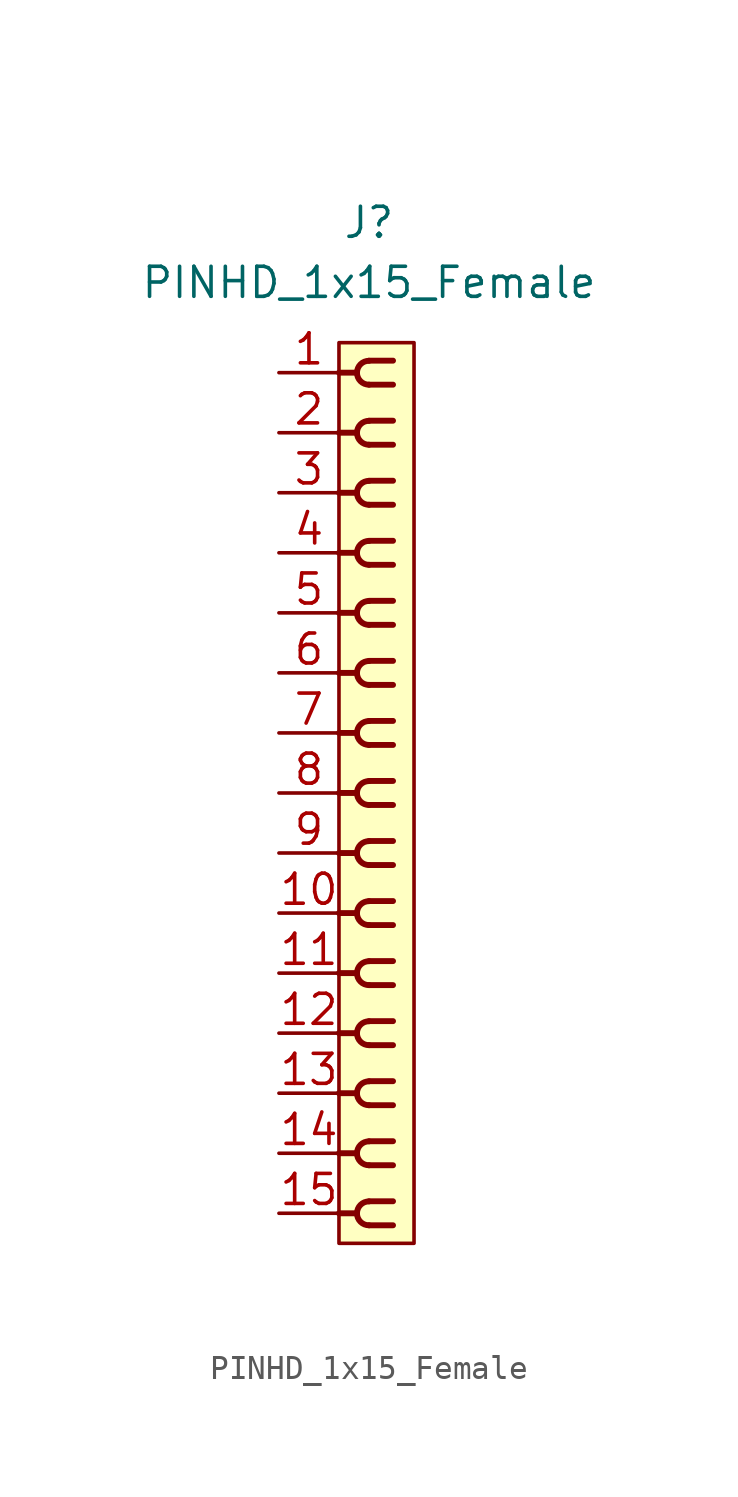
<source format=kicad_sym>
(kicad_symbol_lib
  (version 20220914)
  (generator kicad_symbol_editor)
  (symbol "PINHD_1x15_Female"
    (property "Reference" "J"
      (at 0 24.13 0)
      (effects (font (size 1.27 1.27))))
    (property "Value" "PINHD_1x15_Female"
      (at 0 21.59 0)
      (effects (font (size 1.27 1.27))))
    (symbol "PINHD_1x15_Female_0_1"
      (rectangle (start -1.27 19.05) (end 1.905 -19.05) (stroke (width 0) (type default)) (fill (type background)))
      (arc (start -0.508 -17.78) (mid -0.3592 -18.1392) (end 0 -18.288) (stroke (width 0.25) (type default)) (fill (type none)))
      (arc (start -0.508 -15.24) (mid -0.3592 -15.5992) (end 0 -15.748) (stroke (width 0.25) (type default)) (fill (type none)))
      (arc (start -0.508 -12.7) (mid -0.3592 -13.0592) (end 0 -13.208) (stroke (width 0.25) (type default)) (fill (type none)))
      (arc (start -0.508 -10.16) (mid -0.3592 -10.5192) (end 0 -10.668) (stroke (width 0.25) (type default)) (fill (type none)))
      (arc (start -0.508 -7.62) (mid -0.3592 -7.9792) (end 0 -8.128) (stroke (width 0.25) (type default)) (fill (type none)))
      (arc (start -0.508 -5.08) (mid -0.3592 -5.4392) (end 0 -5.588) (stroke (width 0.25) (type default)) (fill (type none)))
      (arc (start -0.508 -2.54) (mid -0.3592 -2.8992) (end 0 -3.048) (stroke (width 0.25) (type default)) (fill (type none)))
      (arc (start -0.508 0) (mid -0.3592 -0.3592) (end 0 -0.508) (stroke (width 0.25) (type default)) (fill (type none)))
      (arc (start -0.508 2.54) (mid -0.3592 2.1808) (end 0 2.032) (stroke (width 0.25) (type default)) (fill (type none)))
      (arc (start -0.508 5.08) (mid -0.3592 4.7208) (end 0 4.572) (stroke (width 0.25) (type default)) (fill (type none)))
      (arc (start -0.508 7.62) (mid -0.3592 7.2608) (end 0 7.112) (stroke (width 0.25) (type default)) (fill (type none)))
      (arc (start -0.508 10.16) (mid -0.3592 9.8008) (end 0 9.652) (stroke (width 0.25) (type default)) (fill (type none)))
      (arc (start -0.508 12.7) (mid -0.3592 12.3408) (end 0 12.192) (stroke (width 0.25) (type default)) (fill (type none)))
      (arc (start -0.508 15.24) (mid -0.3592 14.8808) (end 0 14.732) (stroke (width 0.25) (type default)) (fill (type none)))
      (arc (start -0.508 17.78) (mid -0.3592 17.4208) (end 0 17.272) (stroke (width 0.25) (type default)) (fill (type none)))
      (arc (start 0 -17.272) (mid -0.3592 -17.4208) (end -0.508 -17.78) (stroke (width 0.25) (type default)) (fill (type none)))
      (arc (start 0 -14.732) (mid -0.3592 -14.8808) (end -0.508 -15.24) (stroke (width 0.25) (type default)) (fill (type none)))
      (arc (start 0 -12.192) (mid -0.3592 -12.3408) (end -0.508 -12.7) (stroke (width 0.25) (type default)) (fill (type none)))
      (arc (start 0 -9.652) (mid -0.3592 -9.8008) (end -0.508 -10.16) (stroke (width 0.25) (type default)) (fill (type none)))
      (arc (start 0 -7.112) (mid -0.3592 -7.2608) (end -0.508 -7.62) (stroke (width 0.25) (type default)) (fill (type none)))
      (arc (start 0 -4.572) (mid -0.3592 -4.7208) (end -0.508 -5.08) (stroke (width 0.25) (type default)) (fill (type none)))
      (arc (start 0 -2.032) (mid -0.3592 -2.1808) (end -0.508 -2.54) (stroke (width 0.25) (type default)) (fill (type none)))
      (polyline (pts (xy -1.27 -17.78) (xy -0.508 -17.78)) (stroke (width 0.25) (type default)) (fill (type none)))
      (polyline (pts (xy -1.27 -15.24) (xy -0.508 -15.24)) (stroke (width 0.25) (type default)) (fill (type none)))
      (polyline (pts (xy -1.27 -12.7) (xy -0.508 -12.7)) (stroke (width 0.25) (type default)) (fill (type none)))
      (polyline (pts (xy -1.27 -10.16) (xy -0.508 -10.16)) (stroke (width 0.25) (type default)) (fill (type none)))
      (polyline (pts (xy -1.27 -7.62) (xy -0.508 -7.62)) (stroke (width 0.25) (type default)) (fill (type none)))
      (polyline (pts (xy -1.27 -5.08) (xy -0.508 -5.08)) (stroke (width 0.25) (type default)) (fill (type none)))
      (polyline (pts (xy -1.27 -2.54) (xy -0.508 -2.54)) (stroke (width 0.25) (type default)) (fill (type none)))
      (polyline (pts (xy -1.27 0) (xy -0.508 0)) (stroke (width 0.25) (type default)) (fill (type none)))
      (polyline (pts (xy -1.27 2.54) (xy -0.508 2.54)) (stroke (width 0.25) (type default)) (fill (type none)))
      (polyline (pts (xy -1.27 5.08) (xy -0.508 5.08)) (stroke (width 0.25) (type default)) (fill (type none)))
      (polyline (pts (xy -1.27 7.62) (xy -0.508 7.62)) (stroke (width 0.25) (type default)) (fill (type none)))
      (polyline (pts (xy -1.27 10.16) (xy -0.508 10.16)) (stroke (width 0.25) (type default)) (fill (type none)))
      (polyline (pts (xy -1.27 12.7) (xy -0.508 12.7)) (stroke (width 0.25) (type default)) (fill (type none)))
      (polyline (pts (xy -1.27 15.24) (xy -0.508 15.24)) (stroke (width 0.25) (type default)) (fill (type none)))
      (polyline (pts (xy -1.27 17.78) (xy -0.508 17.78)) (stroke (width 0.25) (type default)) (fill (type none)))
      (polyline (pts (xy 0 -18.288) (xy 1.016 -18.288)) (stroke (width 0.25) (type default)) (fill (type none)))
      (polyline (pts (xy 0 -17.272) (xy 1.016 -17.272)) (stroke (width 0.25) (type default)) (fill (type none)))
      (polyline (pts (xy 0 -15.748) (xy 1.016 -15.748)) (stroke (width 0.25) (type default)) (fill (type none)))
      (polyline (pts (xy 0 -14.732) (xy 1.016 -14.732)) (stroke (width 0.25) (type default)) (fill (type none)))
      (polyline (pts (xy 0 -13.208) (xy 1.016 -13.208)) (stroke (width 0.25) (type default)) (fill (type none)))
      (polyline (pts (xy 0 -12.192) (xy 1.016 -12.192)) (stroke (width 0.25) (type default)) (fill (type none)))
      (polyline (pts (xy 0 -10.668) (xy 1.016 -10.668)) (stroke (width 0.25) (type default)) (fill (type none)))
      (polyline (pts (xy 0 -9.652) (xy 1.016 -9.652)) (stroke (width 0.25) (type default)) (fill (type none)))
      (polyline (pts (xy 0 -8.128) (xy 1.016 -8.128)) (stroke (width 0.25) (type default)) (fill (type none)))
      (polyline (pts (xy 0 -7.112) (xy 1.016 -7.112)) (stroke (width 0.25) (type default)) (fill (type none)))
      (polyline (pts (xy 0 -5.588) (xy 1.016 -5.588)) (stroke (width 0.25) (type default)) (fill (type none)))
      (polyline (pts (xy 0 -4.572) (xy 1.016 -4.572)) (stroke (width 0.25) (type default)) (fill (type none)))
      (polyline (pts (xy 0 -3.048) (xy 1.016 -3.048)) (stroke (width 0.25) (type default)) (fill (type none)))
      (polyline (pts (xy 0 -2.032) (xy 1.016 -2.032)) (stroke (width 0.25) (type default)) (fill (type none)))
      (polyline (pts (xy 0 -0.508) (xy 1.016 -0.508)) (stroke (width 0.25) (type default)) (fill (type none)))
      (polyline (pts (xy 0 0.508) (xy 1.016 0.508)) (stroke (width 0.25) (type default)) (fill (type none)))
      (polyline (pts (xy 0 2.032) (xy 1.016 2.032)) (stroke (width 0.25) (type default)) (fill (type none)))
      (polyline (pts (xy 0 3.048) (xy 1.016 3.048)) (stroke (width 0.25) (type default)) (fill (type none)))
      (polyline (pts (xy 0 4.572) (xy 1.016 4.572)) (stroke (width 0.25) (type default)) (fill (type none)))
      (polyline (pts (xy 0 5.588) (xy 1.016 5.588)) (stroke (width 0.25) (type default)) (fill (type none)))
      (polyline (pts (xy 0 7.112) (xy 1.016 7.112)) (stroke (width 0.25) (type default)) (fill (type none)))
      (polyline (pts (xy 0 8.128) (xy 1.016 8.128)) (stroke (width 0.25) (type default)) (fill (type none)))
      (polyline (pts (xy 0 9.652) (xy 1.016 9.652)) (stroke (width 0.25) (type default)) (fill (type none)))
      (polyline (pts (xy 0 10.668) (xy 1.016 10.668)) (stroke (width 0.25) (type default)) (fill (type none)))
      (polyline (pts (xy 0 12.192) (xy 1.016 12.192)) (stroke (width 0.25) (type default)) (fill (type none)))
      (polyline (pts (xy 0 13.208) (xy 1.016 13.208)) (stroke (width 0.25) (type default)) (fill (type none)))
      (polyline (pts (xy 0 14.732) (xy 1.016 14.732)) (stroke (width 0.25) (type default)) (fill (type none)))
      (polyline (pts (xy 0 15.748) (xy 1.016 15.748)) (stroke (width 0.25) (type default)) (fill (type none)))
      (polyline (pts (xy 0 17.272) (xy 1.016 17.272)) (stroke (width 0.25) (type default)) (fill (type none)))
      (polyline (pts (xy 0 18.288) (xy 1.016 18.288)) (stroke (width 0.25) (type default)) (fill (type none)))
      (arc (start 0 0.508) (mid -0.3592 0.3592) (end -0.508 0) (stroke (width 0.25) (type default)) (fill (type none)))
      (arc (start 0 3.048) (mid -0.3592 2.8992) (end -0.508 2.54) (stroke (width 0.25) (type default)) (fill (type none)))
      (arc (start 0 5.588) (mid -0.3592 5.4392) (end -0.508 5.08) (stroke (width 0.25) (type default)) (fill (type none)))
      (arc (start 0 8.128) (mid -0.3592 7.9792) (end -0.508 7.62) (stroke (width 0.25) (type default)) (fill (type none)))
      (arc (start 0 10.668) (mid -0.3592 10.5192) (end -0.508 10.16) (stroke (width 0.25) (type default)) (fill (type none)))
      (arc (start 0 13.208) (mid -0.3592 13.0592) (end -0.508 12.7) (stroke (width 0.25) (type default)) (fill (type none)))
      (arc (start 0 15.748) (mid -0.3592 15.5992) (end -0.508 15.24) (stroke (width 0.25) (type default)) (fill (type none)))
      (arc (start 0 18.288) (mid -0.3592 18.1392) (end -0.508 17.78) (stroke (width 0.25) (type default)) (fill (type none))))
    (symbol "PINHD_1x15_Female_1_1"
      (pin passive line (at -3.81 17.78 0) (length 2.54) (name "" (effects (font (size 1.27 1.27)))) (number "1" (effects (font (size 1.27 1.27)))))
      (pin passive line (at -3.81 -5.08 0) (length 2.54) (name "" (effects (font (size 1.27 1.27)))) (number "10" (effects (font (size 1.27 1.27)))))
      (pin passive line (at -3.81 -7.62 0) (length 2.54) (name "" (effects (font (size 1.27 1.27)))) (number "11" (effects (font (size 1.27 1.27)))))
      (pin passive line (at -3.81 -10.16 0) (length 2.54) (name "" (effects (font (size 1.27 1.27)))) (number "12" (effects (font (size 1.27 1.27)))))
      (pin passive line (at -3.81 -12.7 0) (length 2.54) (name "" (effects (font (size 1.27 1.27)))) (number "13" (effects (font (size 1.27 1.27)))))
      (pin passive line (at -3.81 -15.24 0) (length 2.54) (name "" (effects (font (size 1.27 1.27)))) (number "14" (effects (font (size 1.27 1.27)))))
      (pin passive line (at -3.81 -17.78 0) (length 2.54) (name "" (effects (font (size 1.27 1.27)))) (number "15" (effects (font (size 1.27 1.27)))))
      (pin passive line (at -3.81 15.24 0) (length 2.54) (name "" (effects (font (size 1.27 1.27)))) (number "2" (effects (font (size 1.27 1.27)))))
      (pin passive line (at -3.81 12.7 0) (length 2.54) (name "" (effects (font (size 1.27 1.27)))) (number "3" (effects (font (size 1.27 1.27)))))
      (pin passive line (at -3.81 10.16 0) (length 2.54) (name "" (effects (font (size 1.27 1.27)))) (number "4" (effects (font (size 1.27 1.27)))))
      (pin passive line (at -3.81 7.62 0) (length 2.54) (name "" (effects (font (size 1.27 1.27)))) (number "5" (effects (font (size 1.27 1.27)))))
      (pin passive line (at -3.81 5.08 0) (length 2.54) (name "" (effects (font (size 1.27 1.27)))) (number "6" (effects (font (size 1.27 1.27)))))
      (pin passive line (at -3.81 2.54 0) (length 2.54) (name "" (effects (font (size 1.27 1.27)))) (number "7" (effects (font (size 1.27 1.27)))))
      (pin passive line (at -3.81 0 0) (length 2.54) (name "" (effects (font (size 1.27 1.27)))) (number "8" (effects (font (size 1.27 1.27)))))
      (pin passive line (at -3.81 -2.54 0) (length 2.54) (name "" (effects (font (size 1.27 1.27)))) (number "9" (effects (font (size 1.27 1.27))))))))
</source>
